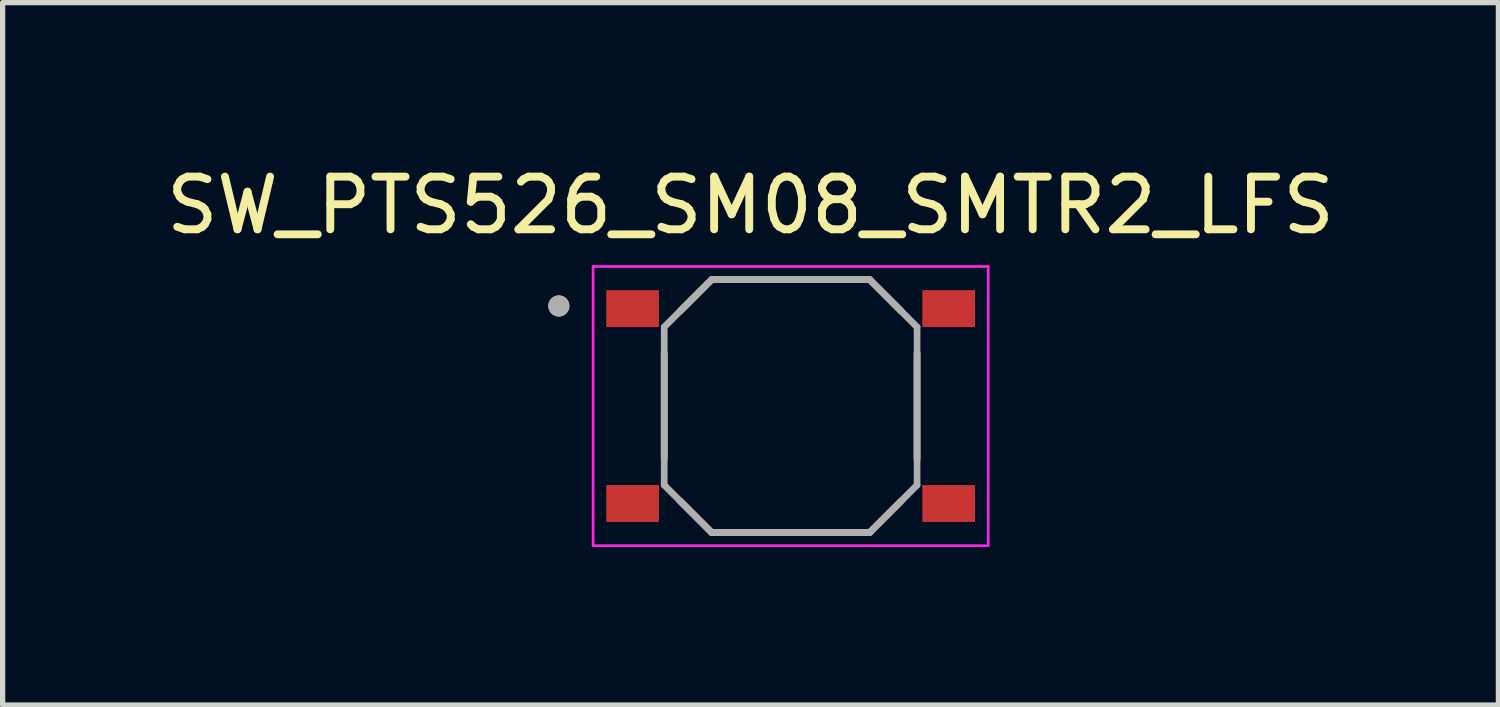
<source format=kicad_pcb>
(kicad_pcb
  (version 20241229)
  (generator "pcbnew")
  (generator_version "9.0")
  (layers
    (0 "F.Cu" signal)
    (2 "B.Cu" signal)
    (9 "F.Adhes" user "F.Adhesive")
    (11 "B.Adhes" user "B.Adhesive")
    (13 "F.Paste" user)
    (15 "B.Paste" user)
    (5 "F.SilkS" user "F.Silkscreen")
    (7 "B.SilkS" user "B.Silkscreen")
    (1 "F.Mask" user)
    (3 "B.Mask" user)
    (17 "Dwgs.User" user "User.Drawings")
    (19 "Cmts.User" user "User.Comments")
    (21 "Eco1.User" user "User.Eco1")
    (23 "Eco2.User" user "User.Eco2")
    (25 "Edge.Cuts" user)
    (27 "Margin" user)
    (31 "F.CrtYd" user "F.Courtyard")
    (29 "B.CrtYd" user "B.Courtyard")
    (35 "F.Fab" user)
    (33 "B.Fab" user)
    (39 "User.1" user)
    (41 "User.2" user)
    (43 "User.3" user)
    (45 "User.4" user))
  (footprint "SW_PTS526_SM08_SMTR2_LFS"
    (layer "F.Cu")
    (at 11.958 4.658)
    (property "Reference" "SW_PTS526_SM08_SMTR2_LFS" (at -0.762 -3.81 0) (layer "F.SilkS") (effects (font (size 1 1) (thickness 0.15))))
    (attr through_hole)
    (fp_line (start -2.4 -1) (end -2.4 1) (stroke (width 0.127) (type solid)) (layer "F.SilkS"))
    (fp_line (start -2.1 1.8) (end -1.5 2.4) (stroke (width 0.127) (type solid)) (layer "F.SilkS"))
    (fp_line (start -1.5 -2.4) (end -2.1 -1.8) (stroke (width 0.127) (type solid)) (layer "F.SilkS"))
    (fp_line (start -1.5 2.4) (end 1.5 2.4) (stroke (width 0.127) (type solid)) (layer "F.SilkS"))
    (fp_line (start 1.5 -2.4) (end -1.5 -2.4) (stroke (width 0.127) (type solid)) (layer "F.SilkS"))
    (fp_line (start 1.5 -2.4) (end 2.1 -1.8) (stroke (width 0.127) (type solid)) (layer "F.SilkS"))
    (fp_line (start 1.5 2.4) (end 2.1 1.8) (stroke (width 0.127) (type solid)) (layer "F.SilkS"))
    (fp_line (start 2.4 -1) (end 2.4 1) (stroke (width 0.127) (type solid)) (layer "F.SilkS"))
    (fp_circle (center -4.4 -1.9) (end -4.3 -1.9) (stroke (width 0.2) (type solid)) (fill no) (layer "F.SilkS"))
    (fp_line (start -3.75 -2.65) (end 3.75 -2.65) (stroke (width 0.05) (type solid)) (layer "F.CrtYd"))
    (fp_line (start -3.75 2.65) (end -3.75 -2.65) (stroke (width 0.05) (type solid)) (layer "F.CrtYd"))
    (fp_line (start 3.75 -2.65) (end 3.75 2.65) (stroke (width 0.05) (type solid)) (layer "F.CrtYd"))
    (fp_line (start 3.75 2.65) (end -3.75 2.65) (stroke (width 0.05) (type solid)) (layer "F.CrtYd"))
    (fp_line (start -2.4 -1.5) (end -2.4 1.5) (stroke (width 0.127) (type solid)) (layer "F.Fab"))
    (fp_line (start -1.5 -2.4) (end -2.4 -1.5) (stroke (width 0.127) (type solid)) (layer "F.Fab"))
    (fp_line (start -1.5 -2.4) (end 1.5 -2.4) (stroke (width 0.127) (type solid)) (layer "F.Fab"))
    (fp_line (start -1.5 2.4) (end -2.4 1.5) (stroke (width 0.127) (type solid)) (layer "F.Fab"))
    (fp_line (start -1.5 2.4) (end 1.5 2.4) (stroke (width 0.127) (type solid)) (layer "F.Fab"))
    (fp_line (start 1.5 -2.4) (end 2.4 -1.5) (stroke (width 0.127) (type solid)) (layer "F.Fab"))
    (fp_line (start 1.5 2.4) (end 2.4 1.5) (stroke (width 0.127) (type solid)) (layer "F.Fab"))
    (fp_line (start 2.4 -1.5) (end 2.4 1.5) (stroke (width 0.127) (type solid)) (layer "F.Fab"))
    (fp_circle (center -4.4 -1.9) (end -4.3 -1.9) (stroke (width 0.2) (type solid)) (fill no) (layer "F.Fab"))
    (pad "1" smd rect (at -3 -1.85) (size 1 0.7) (layers "F.Cu" "F.Mask" "F.Paste"))
    (pad "2" smd rect (at 3 -1.85) (size 1 0.7) (layers "F.Cu" "F.Mask" "F.Paste"))
    (pad "3" smd rect (at -3 1.85) (size 1 0.7) (layers "F.Cu" "F.Mask" "F.Paste"))
    (pad "4" smd rect (at 3 1.85) (size 1 0.7) (layers "F.Cu" "F.Mask" "F.Paste")))
  (gr_rect
    (start -3 -3)
    (end 25.393 10.333)
    (stroke (width 0.1) (type default))
    (fill no)
    (layer "Edge.Cuts")))
</source>
